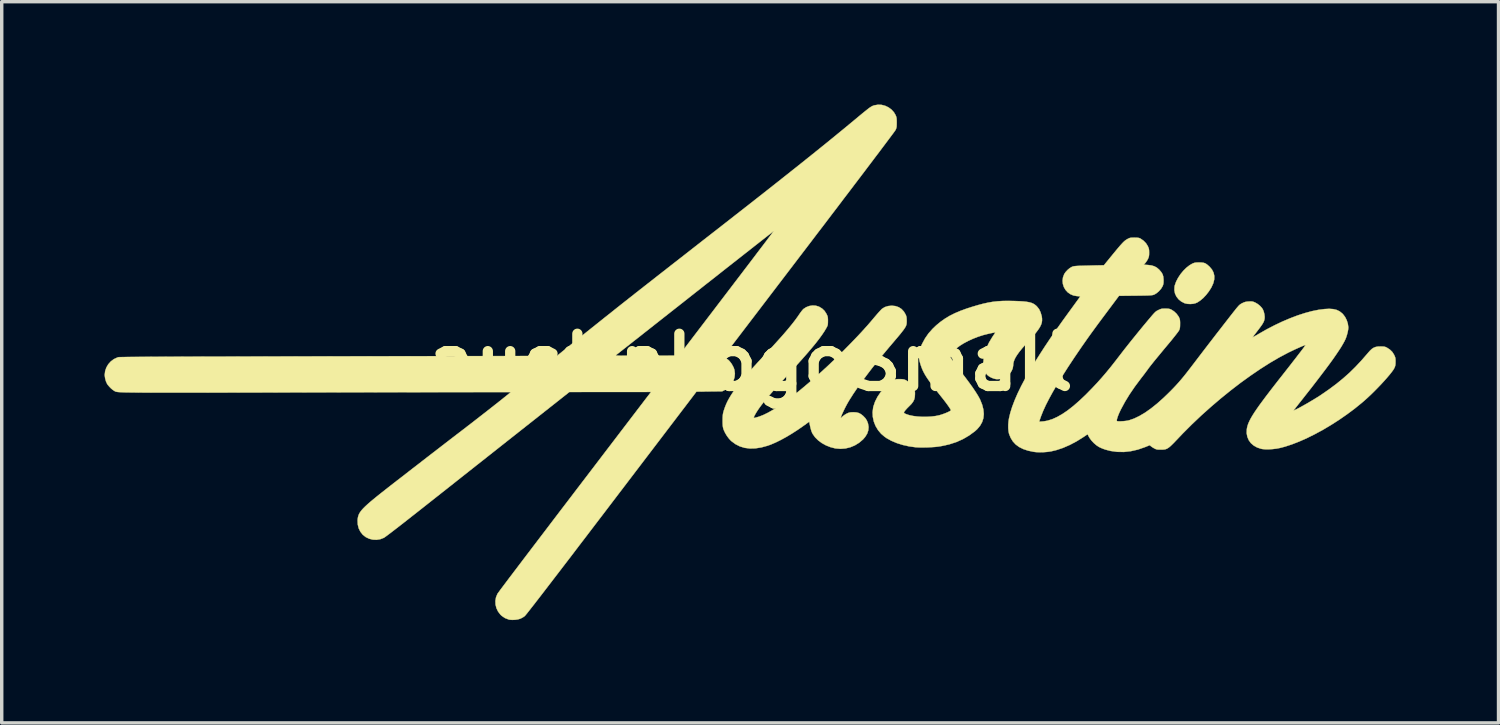
<source format=kicad_pcb>
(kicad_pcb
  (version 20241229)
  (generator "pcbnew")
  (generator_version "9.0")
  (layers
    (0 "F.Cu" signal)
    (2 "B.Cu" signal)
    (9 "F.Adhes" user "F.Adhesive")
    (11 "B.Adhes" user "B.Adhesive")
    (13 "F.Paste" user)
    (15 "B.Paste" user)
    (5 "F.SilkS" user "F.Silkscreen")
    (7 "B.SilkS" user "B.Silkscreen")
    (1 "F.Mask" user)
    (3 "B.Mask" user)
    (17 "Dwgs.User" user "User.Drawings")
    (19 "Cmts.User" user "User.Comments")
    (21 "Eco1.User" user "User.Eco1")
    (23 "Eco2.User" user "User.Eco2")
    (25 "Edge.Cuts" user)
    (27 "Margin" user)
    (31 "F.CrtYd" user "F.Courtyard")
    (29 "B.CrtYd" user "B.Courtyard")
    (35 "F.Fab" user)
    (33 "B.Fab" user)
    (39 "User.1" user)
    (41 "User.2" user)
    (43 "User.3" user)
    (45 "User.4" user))
  (footprint "austinLogoSmall"
    (layer "F.Cu")
    (at 18.839 7.522)
    (property "Reference" "austinLogoSmall" (at 0 0 0) (layer "F.SilkS") (effects (font (size 1.524 1.524) (thickness 0.3))))
    (attr through_hole)
    (fp_poly (pts (xy 13.174 -2.912) (xy 13.232 -2.904) (xy 13.281 -2.886) (xy 13.328 -2.855) (xy 13.381 -2.809) (xy 13.402 -2.79) (xy 13.472 -2.707) (xy 13.518 -2.617) (xy 13.54 -2.52) (xy 13.537 -2.418) (xy 13.51 -2.309) (xy 13.458 -2.194) (xy 13.448 -2.176) (xy 13.38 -2.069) (xy 13.302 -1.969) (xy 13.22 -1.881) (xy 13.135 -1.808) (xy 13.053 -1.753) (xy 12.999 -1.728) (xy 12.924 -1.709) (xy 12.839 -1.702) (xy 12.754 -1.707) (xy 12.681 -1.723) (xy 12.672 -1.726) (xy 12.575 -1.776) (xy 12.495 -1.842) (xy 12.434 -1.921) (xy 12.393 -2.009) (xy 12.375 -2.106) (xy 12.379 -2.207) (xy 12.387 -2.247) (xy 12.425 -2.353) (xy 12.481 -2.462) (xy 12.552 -2.57) (xy 12.634 -2.67) (xy 12.723 -2.759) (xy 12.816 -2.832) (xy 12.898 -2.88) (xy 12.937 -2.896) (xy 12.972 -2.907) (xy 13.011 -2.912) (xy 13.062 -2.914) (xy 13.1 -2.915) (xy 13.174 -2.912)) (stroke (width 0.01) (type solid)) (fill yes) (layer "F.SilkS"))
    (fp_poly (pts (xy 1.913 -1.653) (xy 2 -1.627) (xy 2.007 -1.624) (xy 2.097 -1.57) (xy 2.168 -1.502) (xy 2.222 -1.418) (xy 2.225 -1.413) (xy 2.245 -1.37) (xy 2.258 -1.335) (xy 2.264 -1.298) (xy 2.267 -1.252) (xy 2.267 -1.207) (xy 2.266 -1.149) (xy 2.263 -1.108) (xy 2.256 -1.076) (xy 2.242 -1.043) (xy 2.22 -1.002) (xy 2.219 -1) (xy 2.164 -0.907) (xy 2.094 -0.803) (xy 2.009 -0.686) (xy 1.909 -0.557) (xy 1.792 -0.415) (xy 1.658 -0.258) (xy 1.508 -0.087) (xy 1.339 0.1) (xy 1.156 0.298) (xy 0.994 0.475) (xy 0.848 0.634) (xy 0.718 0.778) (xy 0.604 0.909) (xy 0.503 1.026) (xy 0.416 1.132) (xy 0.34 1.228) (xy 0.276 1.314) (xy 0.221 1.393) (xy 0.175 1.465) (xy 0.156 1.498) (xy 0.125 1.554) (xy 0.108 1.59) (xy 0.104 1.612) (xy 0.112 1.62) (xy 0.132 1.619) (xy 0.137 1.618) (xy 0.255 1.585) (xy 0.383 1.535) (xy 0.522 1.467) (xy 0.673 1.381) (xy 0.836 1.278) (xy 1.011 1.155) (xy 1.201 1.014) (xy 1.404 0.852) (xy 1.53 0.748) (xy 1.781 0.536) (xy 2.018 0.328) (xy 2.249 0.117) (xy 2.478 -0.101) (xy 2.714 -0.333) (xy 2.782 -0.402) (xy 2.918 -0.54) (xy 3.038 -0.664) (xy 3.147 -0.778) (xy 3.246 -0.884) (xy 3.338 -0.986) (xy 3.429 -1.087) (xy 3.519 -1.191) (xy 3.603 -1.291) (xy 3.661 -1.359) (xy 3.715 -1.422) (xy 3.765 -1.478) (xy 3.806 -1.522) (xy 3.835 -1.552) (xy 3.844 -1.561) (xy 3.926 -1.612) (xy 4.021 -1.642) (xy 4.127 -1.653) (xy 4.236 -1.642) (xy 4.332 -1.609) (xy 4.415 -1.555) (xy 4.484 -1.48) (xy 4.538 -1.387) (xy 4.552 -1.348) (xy 4.561 -1.306) (xy 4.564 -1.251) (xy 4.565 -1.213) (xy 4.565 -1.178) (xy 4.563 -1.147) (xy 4.56 -1.118) (xy 4.553 -1.089) (xy 4.541 -1.058) (xy 4.523 -1.024) (xy 4.498 -0.985) (xy 4.465 -0.938) (xy 4.422 -0.883) (xy 4.369 -0.816) (xy 4.303 -0.737) (xy 4.224 -0.644) (xy 4.13 -0.533) (xy 4.065 -0.457) (xy 3.886 -0.243) (xy 3.713 -0.031) (xy 3.548 0.176) (xy 3.394 0.378) (xy 3.25 0.571) (xy 3.12 0.753) (xy 3.005 0.922) (xy 2.907 1.077) (xy 2.89 1.103) (xy 2.846 1.178) (xy 2.802 1.258) (xy 2.76 1.339) (xy 2.722 1.418) (xy 2.689 1.489) (xy 2.663 1.55) (xy 2.647 1.597) (xy 2.642 1.624) (xy 2.65 1.62) (xy 2.671 1.601) (xy 2.696 1.578) (xy 2.738 1.543) (xy 2.791 1.509) (xy 2.826 1.49) (xy 2.871 1.471) (xy 2.912 1.461) (xy 2.959 1.456) (xy 3.01 1.455) (xy 3.096 1.46) (xy 3.167 1.478) (xy 3.231 1.512) (xy 3.296 1.564) (xy 3.359 1.63) (xy 3.402 1.697) (xy 3.433 1.776) (xy 3.436 1.785) (xy 3.453 1.886) (xy 3.444 1.985) (xy 3.411 2.082) (xy 3.352 2.177) (xy 3.29 2.249) (xy 3.177 2.345) (xy 3.052 2.422) (xy 2.917 2.478) (xy 2.776 2.512) (xy 2.632 2.523) (xy 2.489 2.511) (xy 2.477 2.509) (xy 2.339 2.473) (xy 2.208 2.421) (xy 2.088 2.354) (xy 1.982 2.275) (xy 1.892 2.186) (xy 1.823 2.089) (xy 1.805 2.054) (xy 1.786 2.007) (xy 1.767 1.944) (xy 1.747 1.861) (xy 1.731 1.783) (xy 1.721 1.731) (xy 1.556 1.85) (xy 1.388 1.967) (xy 1.22 2.075) (xy 1.054 2.175) (xy 0.893 2.263) (xy 0.741 2.338) (xy 0.601 2.398) (xy 0.506 2.432) (xy 0.323 2.482) (xy 0.15 2.509) (xy -0.011 2.513) (xy -0.162 2.494) (xy -0.301 2.452) (xy -0.43 2.387) (xy -0.548 2.3) (xy -0.566 2.284) (xy -0.623 2.222) (xy -0.681 2.144) (xy -0.732 2.059) (xy -0.77 1.978) (xy -0.777 1.96) (xy -0.789 1.921) (xy -0.797 1.884) (xy -0.802 1.843) (xy -0.805 1.792) (xy -0.806 1.724) (xy -0.806 1.695) (xy -0.805 1.619) (xy -0.802 1.561) (xy -0.797 1.514) (xy -0.789 1.471) (xy -0.776 1.423) (xy -0.77 1.403) (xy -0.739 1.313) (xy -0.703 1.222) (xy -0.66 1.13) (xy -0.608 1.035) (xy -0.547 0.936) (xy -0.477 0.831) (xy -0.395 0.719) (xy -0.301 0.599) (xy -0.194 0.468) (xy -0.073 0.327) (xy 0.063 0.173) (xy 0.216 0.005) (xy 0.386 -0.178) (xy 0.451 -0.248) (xy 0.622 -0.431) (xy 0.775 -0.599) (xy 0.912 -0.751) (xy 1.033 -0.89) (xy 1.14 -1.017) (xy 1.234 -1.133) (xy 1.316 -1.239) (xy 1.387 -1.337) (xy 1.421 -1.387) (xy 1.459 -1.442) (xy 1.496 -1.492) (xy 1.529 -1.532) (xy 1.551 -1.556) (xy 1.632 -1.609) (xy 1.723 -1.644) (xy 1.818 -1.659) (xy 1.913 -1.653)) (stroke (width 0.01) (type solid)) (fill yes) (layer "F.SilkS"))
    (fp_poly (pts (xy 7.697 -1.79) (xy 7.727 -1.789) (xy 7.86 -1.784) (xy 7.971 -1.777) (xy 8.062 -1.767) (xy 8.137 -1.754) (xy 8.2 -1.737) (xy 8.253 -1.715) (xy 8.298 -1.688) (xy 8.341 -1.654) (xy 8.365 -1.63) (xy 8.426 -1.554) (xy 8.471 -1.459) (xy 8.504 -1.346) (xy 8.513 -1.283) (xy 8.514 -1.222) (xy 8.506 -1.162) (xy 8.486 -1.1) (xy 8.454 -1.034) (xy 8.408 -0.962) (xy 8.347 -0.88) (xy 8.271 -0.788) (xy 8.177 -0.682) (xy 8.131 -0.631) (xy 8.021 -0.509) (xy 7.928 -0.403) (xy 7.852 -0.309) (xy 7.792 -0.226) (xy 7.745 -0.152) (xy 7.711 -0.085) (xy 7.688 -0.022) (xy 7.675 0.037) (xy 7.671 0.095) (xy 7.671 0.096) (xy 7.659 0.171) (xy 7.627 0.248) (xy 7.578 0.321) (xy 7.516 0.386) (xy 7.445 0.436) (xy 7.434 0.442) (xy 7.362 0.469) (xy 7.281 0.487) (xy 7.201 0.491) (xy 7.171 0.489) (xy 7.104 0.473) (xy 7.032 0.445) (xy 6.967 0.408) (xy 6.915 0.367) (xy 6.908 0.359) (xy 6.879 0.32) (xy 6.849 0.271) (xy 6.834 0.242) (xy 6.819 0.208) (xy 6.81 0.177) (xy 6.804 0.141) (xy 6.802 0.095) (xy 6.801 0.03) (xy 6.801 0.025) (xy 6.811 -0.125) (xy 6.842 -0.275) (xy 6.894 -0.426) (xy 6.969 -0.582) (xy 7.066 -0.743) (xy 7.095 -0.786) (xy 7.121 -0.824) (xy 7.14 -0.854) (xy 7.147 -0.87) (xy 7.147 -0.871) (xy 7.133 -0.871) (xy 7.099 -0.865) (xy 7.05 -0.856) (xy 6.991 -0.843) (xy 6.928 -0.829) (xy 6.865 -0.813) (xy 6.806 -0.798) (xy 6.789 -0.793) (xy 6.64 -0.745) (xy 6.493 -0.687) (xy 6.352 -0.622) (xy 6.222 -0.552) (xy 6.108 -0.48) (xy 6.012 -0.406) (xy 5.973 -0.37) (xy 5.927 -0.322) (xy 5.887 -0.273) (xy 5.855 -0.228) (xy 5.835 -0.193) (xy 5.829 -0.174) (xy 5.837 -0.157) (xy 5.858 -0.122) (xy 5.89 -0.073) (xy 5.932 -0.013) (xy 5.981 0.055) (xy 6.035 0.129) (xy 6.092 0.204) (xy 6.138 0.264) (xy 6.275 0.441) (xy 6.393 0.6) (xy 6.495 0.742) (xy 6.578 0.866) (xy 6.645 0.973) (xy 6.695 1.063) (xy 6.708 1.09) (xy 6.767 1.238) (xy 6.802 1.377) (xy 6.814 1.507) (xy 6.802 1.629) (xy 6.765 1.744) (xy 6.705 1.85) (xy 6.621 1.95) (xy 6.555 2.01) (xy 6.384 2.135) (xy 6.204 2.24) (xy 6.011 2.326) (xy 5.804 2.393) (xy 5.581 2.442) (xy 5.481 2.458) (xy 5.391 2.468) (xy 5.285 2.475) (xy 5.172 2.481) (xy 5.057 2.483) (xy 4.949 2.483) (xy 4.856 2.479) (xy 4.826 2.477) (xy 4.636 2.451) (xy 4.452 2.41) (xy 4.279 2.356) (xy 4.119 2.289) (xy 3.977 2.21) (xy 3.929 2.177) (xy 3.82 2.085) (xy 3.729 1.977) (xy 3.657 1.857) (xy 3.606 1.728) (xy 3.577 1.593) (xy 3.57 1.455) (xy 3.587 1.317) (xy 3.594 1.288) (xy 3.642 1.146) (xy 3.712 1.007) (xy 3.805 0.87) (xy 3.922 0.733) (xy 3.983 0.672) (xy 4.034 0.625) (xy 4.087 0.581) (xy 4.134 0.545) (xy 4.166 0.526) (xy 4.202 0.508) (xy 4.234 0.497) (xy 4.27 0.491) (xy 4.319 0.489) (xy 4.356 0.489) (xy 4.417 0.49) (xy 4.46 0.494) (xy 4.495 0.502) (xy 4.531 0.516) (xy 4.549 0.525) (xy 4.634 0.578) (xy 4.708 0.648) (xy 4.763 0.727) (xy 4.773 0.747) (xy 4.791 0.79) (xy 4.801 0.83) (xy 4.806 0.878) (xy 4.806 0.927) (xy 4.801 1.01) (xy 4.785 1.081) (xy 4.753 1.146) (xy 4.705 1.211) (xy 4.642 1.275) (xy 4.579 1.338) (xy 4.531 1.391) (xy 4.498 1.433) (xy 4.484 1.463) (xy 4.483 1.468) (xy 4.494 1.481) (xy 4.521 1.498) (xy 4.543 1.508) (xy 4.637 1.54) (xy 4.75 1.564) (xy 4.876 1.58) (xy 5.011 1.589) (xy 5.149 1.589) (xy 5.285 1.581) (xy 5.413 1.565) (xy 5.518 1.543) (xy 5.578 1.525) (xy 5.642 1.503) (xy 5.705 1.479) (xy 5.763 1.454) (xy 5.81 1.431) (xy 5.842 1.412) (xy 5.855 1.398) (xy 5.855 1.397) (xy 5.847 1.378) (xy 5.825 1.341) (xy 5.792 1.291) (xy 5.749 1.23) (xy 5.698 1.161) (xy 5.642 1.088) (xy 5.603 1.039) (xy 5.493 0.901) (xy 5.399 0.78) (xy 5.318 0.674) (xy 5.249 0.582) (xy 5.19 0.5) (xy 5.141 0.427) (xy 5.1 0.36) (xy 5.066 0.298) (xy 5.036 0.238) (xy 5.01 0.178) (xy 4.987 0.116) (xy 4.971 0.07) (xy 4.939 -0.039) (xy 4.921 -0.136) (xy 4.918 -0.226) (xy 4.931 -0.315) (xy 4.959 -0.41) (xy 5.004 -0.517) (xy 5.016 -0.542) (xy 5.102 -0.701) (xy 5.202 -0.845) (xy 5.321 -0.979) (xy 5.429 -1.082) (xy 5.552 -1.183) (xy 5.68 -1.274) (xy 5.816 -1.356) (xy 5.965 -1.431) (xy 6.129 -1.501) (xy 6.312 -1.568) (xy 6.464 -1.617) (xy 6.639 -1.669) (xy 6.796 -1.711) (xy 6.942 -1.743) (xy 7.082 -1.767) (xy 7.222 -1.782) (xy 7.368 -1.791) (xy 7.524 -1.793) (xy 7.697 -1.79)) (stroke (width 0.01) (type solid)) (fill yes) (layer "F.SilkS"))
    (fp_poly (pts (xy 3.835 -7.512) (xy 3.938 -7.485) (xy 4.034 -7.439) (xy 4.12 -7.376) (xy 4.192 -7.297) (xy 4.239 -7.217) (xy 4.254 -7.182) (xy 4.264 -7.151) (xy 4.27 -7.116) (xy 4.273 -7.071) (xy 4.274 -7.008) (xy 4.274 -6.998) (xy 4.273 -6.932) (xy 4.271 -6.884) (xy 4.265 -6.848) (xy 4.256 -6.817) (xy 4.242 -6.784) (xy 4.241 -6.782) (xy 4.23 -6.766) (xy 4.205 -6.73) (xy 4.165 -6.675) (xy 4.111 -6.603) (xy 4.043 -6.512) (xy 3.962 -6.404) (xy 3.869 -6.28) (xy 3.764 -6.14) (xy 3.646 -5.985) (xy 3.518 -5.815) (xy 3.379 -5.631) (xy 3.23 -5.434) (xy 3.07 -5.224) (xy 2.902 -5.002) (xy 2.724 -4.769) (xy 2.539 -4.524) (xy 2.345 -4.27) (xy 2.144 -4.005) (xy 1.935 -3.732) (xy 1.721 -3.45) (xy 1.71 -3.436) (xy -0.788 -0.161) (xy -0.721 -0.124) (xy -0.672 -0.095) (xy -0.633 -0.066) (xy -0.599 -0.03) (xy -0.562 0.018) (xy -0.539 0.05) (xy -0.485 0.15) (xy -0.461 0.221) (xy -0.448 0.327) (xy -0.458 0.433) (xy -0.489 0.535) (xy -0.541 0.629) (xy -0.61 0.712) (xy -0.696 0.78) (xy -0.745 0.808) (xy -0.819 0.845) (xy -1.194 0.849) (xy -1.568 0.853) (xy -4.045 4.105) (xy -4.306 4.448) (xy -4.553 4.771) (xy -4.784 5.075) (xy -5.001 5.358) (xy -5.202 5.623) (xy -5.39 5.868) (xy -5.563 6.094) (xy -5.722 6.301) (xy -5.867 6.49) (xy -5.998 6.661) (xy -6.115 6.813) (xy -6.219 6.947) (xy -6.309 7.064) (xy -6.387 7.163) (xy -6.451 7.245) (xy -6.502 7.31) (xy -6.541 7.358) (xy -6.567 7.389) (xy -6.581 7.404) (xy -6.582 7.405) (xy -6.63 7.438) (xy -6.686 7.468) (xy -6.715 7.481) (xy -6.783 7.5) (xy -6.862 7.511) (xy -6.943 7.514) (xy -7.015 7.509) (xy -7.048 7.502) (xy -7.156 7.46) (xy -7.248 7.398) (xy -7.291 7.357) (xy -7.358 7.269) (xy -7.405 7.171) (xy -7.431 7.066) (xy -7.435 6.96) (xy -7.417 6.855) (xy -7.377 6.757) (xy -7.376 6.755) (xy -7.366 6.741) (xy -7.345 6.711) (xy -7.312 6.667) (xy -7.268 6.606) (xy -7.211 6.531) (xy -7.142 6.439) (xy -7.061 6.331) (xy -6.967 6.207) (xy -6.86 6.066) (xy -6.741 5.909) (xy -6.609 5.735) (xy -6.464 5.544) (xy -6.305 5.335) (xy -6.133 5.109) (xy -5.947 4.865) (xy -5.748 4.603) (xy -5.535 4.323) (xy -5.307 4.025) (xy -5.066 3.708) (xy -4.81 3.373) (xy -4.539 3.018) (xy -4.254 2.644) (xy -3.954 2.251) (xy -3.639 1.838) (xy -3.309 1.406) (xy -3.038 1.051) (xy -2.894 0.864) (xy -5.277 0.865) (xy -7.176 2.364) (xy -7.382 2.527) (xy -7.591 2.692) (xy -7.801 2.858) (xy -8.011 3.023) (xy -8.218 3.187) (xy -8.421 3.347) (xy -8.619 3.504) (xy -8.81 3.655) (xy -8.993 3.799) (xy -9.165 3.935) (xy -9.326 4.062) (xy -9.474 4.179) (xy -9.607 4.284) (xy -9.724 4.376) (xy -9.822 4.453) (xy -9.848 4.473) (xy -9.972 4.571) (xy -10.092 4.665) (xy -10.206 4.754) (xy -10.312 4.836) (xy -10.408 4.91) (xy -10.494 4.976) (xy -10.566 5.03) (xy -10.625 5.074) (xy -10.666 5.104) (xy -10.69 5.119) (xy -10.692 5.12) (xy -10.795 5.16) (xy -10.903 5.177) (xy -11.012 5.172) (xy -11.117 5.146) (xy -11.214 5.1) (xy -11.3 5.034) (xy -11.304 5.03) (xy -11.374 4.942) (xy -11.424 4.841) (xy -11.451 4.729) (xy -11.456 4.61) (xy -11.454 4.582) (xy -11.449 4.541) (xy -11.441 4.503) (xy -11.43 4.466) (xy -11.415 4.428) (xy -11.394 4.39) (xy -11.366 4.349) (xy -11.331 4.305) (xy -11.287 4.256) (xy -11.233 4.203) (xy -11.168 4.143) (xy -11.091 4.075) (xy -11.001 4) (xy -10.896 3.914) (xy -10.776 3.818) (xy -10.64 3.711) (xy -10.487 3.591) (xy -10.315 3.457) (xy -10.204 3.372) (xy -10.02 3.229) (xy -9.854 3.1) (xy -9.704 2.985) (xy -9.569 2.88) (xy -9.448 2.786) (xy -9.338 2.701) (xy -9.238 2.624) (xy -9.146 2.553) (xy -9.06 2.487) (xy -8.979 2.424) (xy -8.901 2.364) (xy -8.824 2.305) (xy -8.747 2.245) (xy -8.667 2.184) (xy -8.584 2.12) (xy -8.495 2.052) (xy -8.398 1.978) (xy -8.369 1.956) (xy -8.253 1.866) (xy -8.133 1.774) (xy -8.011 1.679) (xy -7.889 1.584) (xy -7.768 1.49) (xy -7.65 1.398) (xy -7.537 1.309) (xy -7.43 1.225) (xy -7.33 1.146) (xy -7.24 1.075) (xy -7.162 1.012) (xy -7.096 0.959) (xy -7.044 0.917) (xy -7.008 0.887) (xy -6.99 0.871) (xy -6.988 0.869) (xy -7.001 0.868) (xy -7.039 0.868) (xy -7.1 0.868) (xy -7.184 0.868) (xy -7.291 0.868) (xy -7.418 0.868) (xy -7.567 0.868) (xy -7.735 0.868) (xy -7.922 0.868) (xy -8.127 0.869) (xy -8.35 0.869) (xy -8.589 0.869) (xy -8.844 0.869) (xy -9.114 0.87) (xy -9.398 0.87) (xy -9.695 0.871) (xy -10.005 0.871) (xy -10.327 0.872) (xy -10.659 0.872) (xy -11.002 0.873) (xy -11.354 0.874) (xy -11.714 0.874) (xy -12.083 0.875) (xy -12.458 0.876) (xy -12.684 0.876) (xy -13.141 0.877) (xy -13.572 0.878) (xy -13.98 0.879) (xy -14.364 0.88) (xy -14.726 0.88) (xy -15.066 0.881) (xy -15.385 0.882) (xy -15.683 0.882) (xy -15.961 0.883) (xy -16.221 0.883) (xy -16.461 0.883) (xy -16.684 0.883) (xy -16.89 0.883) (xy -17.08 0.883) (xy -17.254 0.883) (xy -17.413 0.883) (xy -17.558 0.882) (xy -17.69 0.882) (xy -17.808 0.881) (xy -17.915 0.88) (xy -18.01 0.879) (xy -18.094 0.878) (xy -18.168 0.877) (xy -18.233 0.876) (xy -18.289 0.874) (xy -18.337 0.872) (xy -18.378 0.87) (xy -18.413 0.868) (xy -18.441 0.866) (xy -18.465 0.863) (xy -18.484 0.86) (xy -18.499 0.857) (xy -18.511 0.854) (xy -18.52 0.851) (xy -18.529 0.847) (xy -18.536 0.843) (xy -18.542 0.839) (xy -18.55 0.835) (xy -18.558 0.83) (xy -18.6 0.802) (xy -18.65 0.76) (xy -18.699 0.71) (xy -18.741 0.661) (xy -18.764 0.628) (xy -18.797 0.556) (xy -18.821 0.471) (xy -18.833 0.387) (xy -18.834 0.362) (xy -18.821 0.254) (xy -18.786 0.151) (xy -18.731 0.057) (xy -18.658 -0.025) (xy -18.57 -0.092) (xy -18.47 -0.139) (xy -18.433 -0.151) (xy -18.42 -0.152) (xy -18.389 -0.153) (xy -18.34 -0.154) (xy -18.273 -0.155) (xy -18.187 -0.157) (xy -18.082 -0.158) (xy -17.957 -0.159) (xy -17.813 -0.16) (xy -17.649 -0.161) (xy -17.465 -0.162) (xy -17.26 -0.163) (xy -17.034 -0.164) (xy -16.787 -0.165) (xy -16.518 -0.166) (xy -16.228 -0.167) (xy -15.915 -0.168) (xy -15.58 -0.168) (xy -15.222 -0.169) (xy -14.841 -0.17) (xy -14.436 -0.171) (xy -14.008 -0.172) (xy -13.555 -0.173) (xy -13.078 -0.174) (xy -12.576 -0.175) (xy -12.049 -0.176) (xy -12.011 -0.176) (xy -5.64 -0.187) (xy -5.616 -0.207) (xy -3.92 -0.207) (xy -3.918 -0.204) (xy -3.911 -0.201) (xy -3.895 -0.198) (xy -3.87 -0.197) (xy -3.834 -0.195) (xy -3.786 -0.194) (xy -3.723 -0.193) (xy -3.643 -0.193) (xy -3.547 -0.193) (xy -3.431 -0.193) (xy -3.294 -0.193) (xy -3.134 -0.194) (xy -3.011 -0.194) (xy -2.079 -0.197) (xy -0.696 -2.011) (xy -0.551 -2.201) (xy -0.411 -2.385) (xy -0.275 -2.563) (xy -0.145 -2.734) (xy -0.022 -2.895) (xy 0.094 -3.048) (xy 0.201 -3.19) (xy 0.3 -3.32) (xy 0.39 -3.438) (xy 0.469 -3.542) (xy 0.536 -3.632) (xy 0.592 -3.706) (xy 0.636 -3.764) (xy 0.666 -3.803) (xy 0.681 -3.825) (xy 0.683 -3.828) (xy 0.673 -3.821) (xy 0.644 -3.798) (xy 0.597 -3.762) (xy 0.532 -3.711) (xy 0.451 -3.648) (xy 0.354 -3.572) (xy 0.243 -3.485) (xy 0.118 -3.387) (xy -0.02 -3.278) (xy -0.17 -3.161) (xy -0.331 -3.034) (xy -0.502 -2.9) (xy -0.683 -2.758) (xy -0.872 -2.609) (xy -1.068 -2.454) (xy -1.272 -2.295) (xy -1.48 -2.13) (xy -1.6 -2.036) (xy -1.812 -1.869) (xy -2.02 -1.705) (xy -2.221 -1.547) (xy -2.415 -1.394) (xy -2.602 -1.247) (xy -2.78 -1.107) (xy -2.948 -0.974) (xy -3.106 -0.85) (xy -3.252 -0.734) (xy -3.387 -0.629) (xy -3.508 -0.533) (xy -3.615 -0.449) (xy -3.707 -0.377) (xy -3.783 -0.317) (xy -3.842 -0.27) (xy -3.884 -0.237) (xy -3.907 -0.219) (xy -3.912 -0.216) (xy -3.917 -0.211) (xy -3.92 -0.207) (xy -5.616 -0.207) (xy -5.465 -0.33) (xy -5.425 -0.363) (xy -5.367 -0.409) (xy -5.293 -0.469) (xy -5.206 -0.538) (xy -5.108 -0.617) (xy -5.002 -0.702) (xy -4.888 -0.793) (xy -4.77 -0.888) (xy -4.65 -0.984) (xy -4.604 -1.021) (xy -4.482 -1.118) (xy -4.363 -1.213) (xy -4.246 -1.307) (xy -4.128 -1.4) (xy -4.01 -1.494) (xy -3.89 -1.59) (xy -3.766 -1.688) (xy -3.638 -1.789) (xy -3.504 -1.894) (xy -3.364 -2.005) (xy -3.216 -2.121) (xy -3.059 -2.244) (xy -2.891 -2.375) (xy -2.713 -2.515) (xy -2.522 -2.664) (xy -2.318 -2.824) (xy -2.098 -2.995) (xy -1.864 -3.178) (xy -1.612 -3.375) (xy -1.342 -3.586) (xy -1.143 -3.741) (xy -0.794 -4.013) (xy -0.464 -4.271) (xy -0.152 -4.515) (xy 0.143 -4.746) (xy 0.422 -4.965) (xy 0.686 -5.173) (xy 0.936 -5.371) (xy 1.173 -5.559) (xy 1.399 -5.738) (xy 1.614 -5.91) (xy 1.82 -6.075) (xy 2.017 -6.233) (xy 2.207 -6.386) (xy 2.39 -6.535) (xy 2.568 -6.681) (xy 2.742 -6.823) (xy 2.912 -6.964) (xy 3.073 -7.097) (xy 3.178 -7.185) (xy 3.266 -7.258) (xy 3.339 -7.317) (xy 3.399 -7.365) (xy 3.447 -7.403) (xy 3.486 -7.432) (xy 3.519 -7.453) (xy 3.546 -7.469) (xy 3.57 -7.481) (xy 3.594 -7.49) (xy 3.619 -7.498) (xy 3.625 -7.5) (xy 3.729 -7.517) (xy 3.835 -7.512)) (stroke (width 0.01) (type solid)) (fill yes) (layer "F.SilkS"))
    (fp_poly (pts (xy 11.271 -3.638) (xy 11.316 -3.634) (xy 11.35 -3.627) (xy 11.379 -3.615) (xy 11.386 -3.611) (xy 11.473 -3.551) (xy 11.547 -3.475) (xy 11.597 -3.396) (xy 11.617 -3.351) (xy 11.63 -3.313) (xy 11.636 -3.273) (xy 11.638 -3.219) (xy 11.638 -3.203) (xy 11.637 -3.142) (xy 11.632 -3.097) (xy 11.621 -3.058) (xy 11.605 -3.021) (xy 11.579 -2.972) (xy 11.546 -2.923) (xy 11.527 -2.899) (xy 11.481 -2.849) (xy 11.603 -2.841) (xy 11.705 -2.828) (xy 11.789 -2.803) (xy 11.862 -2.764) (xy 11.928 -2.708) (xy 11.938 -2.697) (xy 11.993 -2.632) (xy 12.03 -2.571) (xy 12.05 -2.505) (xy 12.058 -2.426) (xy 12.059 -2.394) (xy 12.058 -2.334) (xy 12.053 -2.291) (xy 12.044 -2.255) (xy 12.028 -2.217) (xy 12.023 -2.208) (xy 11.985 -2.146) (xy 11.931 -2.085) (xy 11.87 -2.03) (xy 11.809 -1.989) (xy 11.777 -1.974) (xy 11.759 -1.968) (xy 11.737 -1.963) (xy 11.709 -1.959) (xy 11.673 -1.956) (xy 11.626 -1.953) (xy 11.564 -1.951) (xy 11.485 -1.949) (xy 11.388 -1.948) (xy 11.268 -1.946) (xy 11.237 -1.946) (xy 10.759 -1.941) (xy 10.392 -1.45) (xy 10.259 -1.272) (xy 10.14 -1.112) (xy 10.032 -0.964) (xy 9.932 -0.827) (xy 9.839 -0.697) (xy 9.75 -0.57) (xy 9.662 -0.444) (xy 9.574 -0.315) (xy 9.482 -0.18) (xy 9.455 -0.14) (xy 9.273 0.135) (xy 9.109 0.393) (xy 8.962 0.632) (xy 8.832 0.854) (xy 8.72 1.058) (xy 8.624 1.245) (xy 8.546 1.416) (xy 8.485 1.569) (xy 8.47 1.612) (xy 8.453 1.66) (xy 8.441 1.698) (xy 8.434 1.72) (xy 8.433 1.723) (xy 8.444 1.728) (xy 8.475 1.728) (xy 8.519 1.725) (xy 8.571 1.72) (xy 8.624 1.711) (xy 8.674 1.701) (xy 8.674 1.701) (xy 8.811 1.659) (xy 8.955 1.594) (xy 9.106 1.508) (xy 9.265 1.4) (xy 9.432 1.269) (xy 9.608 1.115) (xy 9.794 0.939) (xy 9.817 0.915) (xy 9.973 0.756) (xy 10.118 0.602) (xy 10.256 0.448) (xy 10.392 0.289) (xy 10.531 0.119) (xy 10.676 -0.066) (xy 10.722 -0.126) (xy 10.91 -0.37) (xy 11.109 -0.621) (xy 11.322 -0.884) (xy 11.476 -1.072) (xy 11.559 -1.171) (xy 11.628 -1.254) (xy 11.684 -1.32) (xy 11.729 -1.373) (xy 11.765 -1.414) (xy 11.795 -1.446) (xy 11.819 -1.469) (xy 11.84 -1.487) (xy 11.859 -1.5) (xy 11.879 -1.511) (xy 11.901 -1.522) (xy 11.909 -1.526) (xy 11.954 -1.547) (xy 11.99 -1.56) (xy 12.028 -1.566) (xy 12.078 -1.568) (xy 12.109 -1.568) (xy 12.171 -1.567) (xy 12.216 -1.562) (xy 12.252 -1.553) (xy 12.284 -1.539) (xy 12.364 -1.488) (xy 12.435 -1.422) (xy 12.491 -1.347) (xy 12.504 -1.325) (xy 12.521 -1.288) (xy 12.532 -1.256) (xy 12.538 -1.221) (xy 12.541 -1.174) (xy 12.541 -1.124) (xy 12.54 -1.058) (xy 12.536 -1.011) (xy 12.528 -0.973) (xy 12.514 -0.939) (xy 12.514 -0.938) (xy 12.5 -0.915) (xy 12.471 -0.875) (xy 12.43 -0.821) (xy 12.378 -0.755) (xy 12.319 -0.681) (xy 12.254 -0.601) (xy 12.196 -0.532) (xy 12.068 -0.379) (xy 11.957 -0.244) (xy 11.861 -0.128) (xy 11.779 -0.028) (xy 11.713 0.055) (xy 11.66 0.122) (xy 11.62 0.174) (xy 11.595 0.21) (xy 11.573 0.24) (xy 11.539 0.285) (xy 11.497 0.342) (xy 11.448 0.406) (xy 11.396 0.473) (xy 11.394 0.476) (xy 11.219 0.71) (xy 11.065 0.936) (xy 10.932 1.154) (xy 10.817 1.367) (xy 10.795 1.412) (xy 10.758 1.492) (xy 10.729 1.564) (xy 10.708 1.626) (xy 10.696 1.673) (xy 10.695 1.703) (xy 10.698 1.711) (xy 10.718 1.718) (xy 10.758 1.721) (xy 10.812 1.72) (xy 10.873 1.717) (xy 10.937 1.711) (xy 10.997 1.703) (xy 11.048 1.692) (xy 11.055 1.69) (xy 11.202 1.639) (xy 11.357 1.564) (xy 11.521 1.467) (xy 11.692 1.346) (xy 11.871 1.203) (xy 12.056 1.038) (xy 12.171 0.928) (xy 12.263 0.837) (xy 12.347 0.751) (xy 12.425 0.668) (xy 12.501 0.584) (xy 12.576 0.497) (xy 12.655 0.402) (xy 12.739 0.296) (xy 12.832 0.176) (xy 12.936 0.04) (xy 12.953 0.018) (xy 13.041 -0.098) (xy 13.141 -0.229) (xy 13.249 -0.37) (xy 13.364 -0.52) (xy 13.482 -0.673) (xy 13.601 -0.828) (xy 13.719 -0.979) (xy 13.831 -1.124) (xy 13.937 -1.26) (xy 14.032 -1.382) (xy 14.115 -1.488) (xy 14.119 -1.492) (xy 14.172 -1.56) (xy 14.214 -1.61) (xy 14.246 -1.647) (xy 14.274 -1.674) (xy 14.3 -1.695) (xy 14.327 -1.712) (xy 14.354 -1.726) (xy 14.405 -1.75) (xy 14.449 -1.764) (xy 14.498 -1.772) (xy 14.547 -1.775) (xy 14.603 -1.778) (xy 14.642 -1.776) (xy 14.676 -1.768) (xy 14.714 -1.753) (xy 14.734 -1.744) (xy 14.806 -1.702) (xy 14.873 -1.648) (xy 14.928 -1.588) (xy 14.958 -1.541) (xy 14.983 -1.477) (xy 15.001 -1.402) (xy 15.009 -1.329) (xy 15.007 -1.282) (xy 15 -1.242) (xy 14.988 -1.202) (xy 14.968 -1.159) (xy 14.939 -1.11) (xy 14.898 -1.051) (xy 14.844 -0.978) (xy 14.801 -0.922) (xy 14.756 -0.863) (xy 14.716 -0.811) (xy 14.685 -0.77) (xy 14.665 -0.741) (xy 14.658 -0.73) (xy 14.658 -0.73) (xy 14.67 -0.735) (xy 14.7 -0.751) (xy 14.743 -0.776) (xy 14.797 -0.807) (xy 14.834 -0.829) (xy 15.063 -0.96) (xy 15.294 -1.08) (xy 15.523 -1.189) (xy 15.749 -1.285) (xy 15.97 -1.369) (xy 16.183 -1.438) (xy 16.386 -1.493) (xy 16.578 -1.532) (xy 16.755 -1.555) (xy 16.891 -1.562) (xy 17.009 -1.554) (xy 17.109 -1.53) (xy 17.196 -1.488) (xy 17.273 -1.427) (xy 17.294 -1.405) (xy 17.355 -1.325) (xy 17.403 -1.23) (xy 17.435 -1.13) (xy 17.449 -1.032) (xy 17.45 -1.017) (xy 17.445 -0.959) (xy 17.432 -0.888) (xy 17.412 -0.81) (xy 17.389 -0.736) (xy 17.368 -0.682) (xy 17.335 -0.613) (xy 17.291 -0.534) (xy 17.238 -0.444) (xy 17.173 -0.344) (xy 17.097 -0.231) (xy 17.009 -0.104) (xy 16.908 0.036) (xy 16.793 0.191) (xy 16.664 0.361) (xy 16.521 0.548) (xy 16.363 0.753) (xy 16.188 0.975) (xy 16.156 1.016) (xy 16.09 1.1) (xy 16.029 1.177) (xy 15.974 1.247) (xy 15.928 1.306) (xy 15.892 1.352) (xy 15.867 1.383) (xy 15.857 1.396) (xy 15.858 1.401) (xy 15.879 1.395) (xy 15.916 1.378) (xy 15.967 1.353) (xy 16.03 1.32) (xy 16.102 1.28) (xy 16.181 1.236) (xy 16.264 1.189) (xy 16.348 1.139) (xy 16.432 1.089) (xy 16.512 1.04) (xy 16.587 0.994) (xy 16.653 0.95) (xy 16.656 0.948) (xy 16.889 0.787) (xy 17.101 0.629) (xy 17.297 0.469) (xy 17.482 0.305) (xy 17.659 0.131) (xy 17.833 -0.055) (xy 18.009 -0.257) (xy 18.016 -0.266) (xy 18.08 -0.338) (xy 18.136 -0.391) (xy 18.191 -0.427) (xy 18.248 -0.449) (xy 18.314 -0.461) (xy 18.389 -0.463) (xy 18.449 -0.462) (xy 18.492 -0.459) (xy 18.526 -0.451) (xy 18.557 -0.438) (xy 18.574 -0.43) (xy 18.663 -0.372) (xy 18.732 -0.305) (xy 18.784 -0.223) (xy 18.786 -0.219) (xy 18.806 -0.175) (xy 18.819 -0.139) (xy 18.825 -0.101) (xy 18.827 -0.052) (xy 18.827 -0.019) (xy 18.826 0.041) (xy 18.821 0.085) (xy 18.811 0.122) (xy 18.795 0.161) (xy 18.792 0.167) (xy 18.763 0.217) (xy 18.716 0.282) (xy 18.655 0.359) (xy 18.582 0.445) (xy 18.499 0.539) (xy 18.408 0.638) (xy 18.311 0.739) (xy 18.211 0.841) (xy 18.11 0.94) (xy 18.01 1.034) (xy 17.913 1.121) (xy 17.843 1.181) (xy 17.631 1.353) (xy 17.409 1.518) (xy 17.18 1.677) (xy 16.947 1.826) (xy 16.712 1.966) (xy 16.478 2.093) (xy 16.247 2.208) (xy 16.022 2.308) (xy 15.806 2.392) (xy 15.602 2.459) (xy 15.458 2.497) (xy 15.354 2.517) (xy 15.245 2.53) (xy 15.137 2.537) (xy 15.035 2.537) (xy 14.948 2.53) (xy 14.905 2.522) (xy 14.788 2.483) (xy 14.689 2.427) (xy 14.607 2.356) (xy 14.545 2.271) (xy 14.504 2.174) (xy 14.484 2.067) (xy 14.488 1.953) (xy 14.496 1.905) (xy 14.509 1.854) (xy 14.526 1.8) (xy 14.55 1.743) (xy 14.58 1.68) (xy 14.617 1.612) (xy 14.663 1.535) (xy 14.717 1.45) (xy 14.782 1.355) (xy 14.857 1.248) (xy 14.944 1.13) (xy 15.043 0.997) (xy 15.155 0.85) (xy 15.281 0.687) (xy 15.422 0.506) (xy 15.546 0.349) (xy 15.646 0.221) (xy 15.742 0.099) (xy 15.831 -0.016) (xy 15.914 -0.122) (xy 15.988 -0.219) (xy 16.053 -0.303) (xy 16.108 -0.375) (xy 16.151 -0.433) (xy 16.181 -0.474) (xy 16.198 -0.498) (xy 16.201 -0.504) (xy 16.186 -0.502) (xy 16.153 -0.49) (xy 16.103 -0.471) (xy 16.041 -0.444) (xy 15.969 -0.412) (xy 15.891 -0.377) (xy 15.811 -0.339) (xy 15.732 -0.301) (xy 15.697 -0.284) (xy 15.435 -0.145) (xy 15.163 0.014) (xy 14.883 0.192) (xy 14.598 0.386) (xy 14.308 0.595) (xy 14.018 0.818) (xy 13.729 1.052) (xy 13.443 1.296) (xy 13.162 1.547) (xy 12.89 1.805) (xy 12.628 2.067) (xy 12.503 2.198) (xy 12.418 2.287) (xy 12.348 2.36) (xy 12.289 2.418) (xy 12.24 2.463) (xy 12.197 2.495) (xy 12.159 2.518) (xy 12.122 2.533) (xy 12.084 2.541) (xy 12.042 2.545) (xy 11.993 2.546) (xy 11.982 2.546) (xy 11.921 2.546) (xy 11.878 2.543) (xy 11.845 2.536) (xy 11.816 2.524) (xy 11.792 2.512) (xy 11.748 2.487) (xy 11.708 2.46) (xy 11.692 2.448) (xy 11.655 2.417) (xy 11.52 2.472) (xy 11.312 2.544) (xy 11.107 2.591) (xy 10.904 2.614) (xy 10.705 2.611) (xy 10.51 2.584) (xy 10.361 2.545) (xy 10.299 2.523) (xy 10.233 2.496) (xy 10.177 2.469) (xy 10.173 2.467) (xy 10.099 2.418) (xy 10.025 2.354) (xy 9.957 2.282) (xy 9.902 2.208) (xy 9.883 2.176) (xy 9.842 2.098) (xy 9.725 2.177) (xy 9.525 2.302) (xy 9.323 2.409) (xy 9.123 2.496) (xy 8.927 2.561) (xy 8.776 2.597) (xy 8.673 2.612) (xy 8.56 2.621) (xy 8.446 2.623) (xy 8.34 2.619) (xy 8.268 2.61) (xy 8.105 2.576) (xy 7.965 2.529) (xy 7.845 2.469) (xy 7.744 2.395) (xy 7.663 2.307) (xy 7.599 2.204) (xy 7.551 2.084) (xy 7.549 2.076) (xy 7.535 2.005) (xy 7.528 1.918) (xy 7.528 1.821) (xy 7.536 1.721) (xy 7.549 1.636) (xy 7.587 1.475) (xy 7.642 1.299) (xy 7.714 1.109) (xy 7.801 0.907) (xy 7.904 0.695) (xy 8.02 0.476) (xy 8.147 0.254) (xy 8.291 0.016) (xy 8.439 -0.219) (xy 8.592 -0.456) (xy 8.753 -0.697) (xy 8.925 -0.946) (xy 9.11 -1.207) (xy 9.309 -1.482) (xy 9.337 -1.52) (xy 9.401 -1.608) (xy 9.46 -1.689) (xy 9.513 -1.762) (xy 9.558 -1.824) (xy 9.593 -1.872) (xy 9.616 -1.905) (xy 9.626 -1.92) (xy 9.627 -1.921) (xy 9.615 -1.925) (xy 9.584 -1.929) (xy 9.54 -1.933) (xy 9.532 -1.933) (xy 9.43 -1.951) (xy 9.339 -1.99) (xy 9.261 -2.045) (xy 9.198 -2.115) (xy 9.151 -2.197) (xy 9.122 -2.286) (xy 9.113 -2.381) (xy 9.125 -2.479) (xy 9.161 -2.575) (xy 9.201 -2.634) (xy 9.256 -2.694) (xy 9.319 -2.747) (xy 9.381 -2.784) (xy 9.383 -2.785) (xy 9.403 -2.793) (xy 9.424 -2.8) (xy 9.451 -2.805) (xy 9.486 -2.809) (xy 9.533 -2.813) (xy 9.595 -2.816) (xy 9.676 -2.818) (xy 9.778 -2.821) (xy 9.779 -2.821) (xy 9.875 -2.823) (xy 9.969 -2.826) (xy 10.056 -2.828) (xy 10.13 -2.829) (xy 10.187 -2.831) (xy 10.217 -2.831) (xy 10.319 -2.833) (xy 10.518 -3.077) (xy 10.608 -3.187) (xy 10.684 -3.279) (xy 10.748 -3.355) (xy 10.801 -3.417) (xy 10.846 -3.466) (xy 10.883 -3.505) (xy 10.915 -3.535) (xy 10.943 -3.558) (xy 10.97 -3.577) (xy 10.996 -3.593) (xy 10.999 -3.594) (xy 11.038 -3.615) (xy 11.07 -3.628) (xy 11.102 -3.635) (xy 11.142 -3.638) (xy 11.199 -3.639) (xy 11.208 -3.639) (xy 11.271 -3.638)) (stroke (width 0.01) (type solid)) (fill yes) (layer "F.SilkS")))
  (gr_rect
    (start -3 -3)
    (end 40.671 18.042)
    (stroke (width 0.1) (type default))
    (fill no)
    (layer "Edge.Cuts")))
</source>
